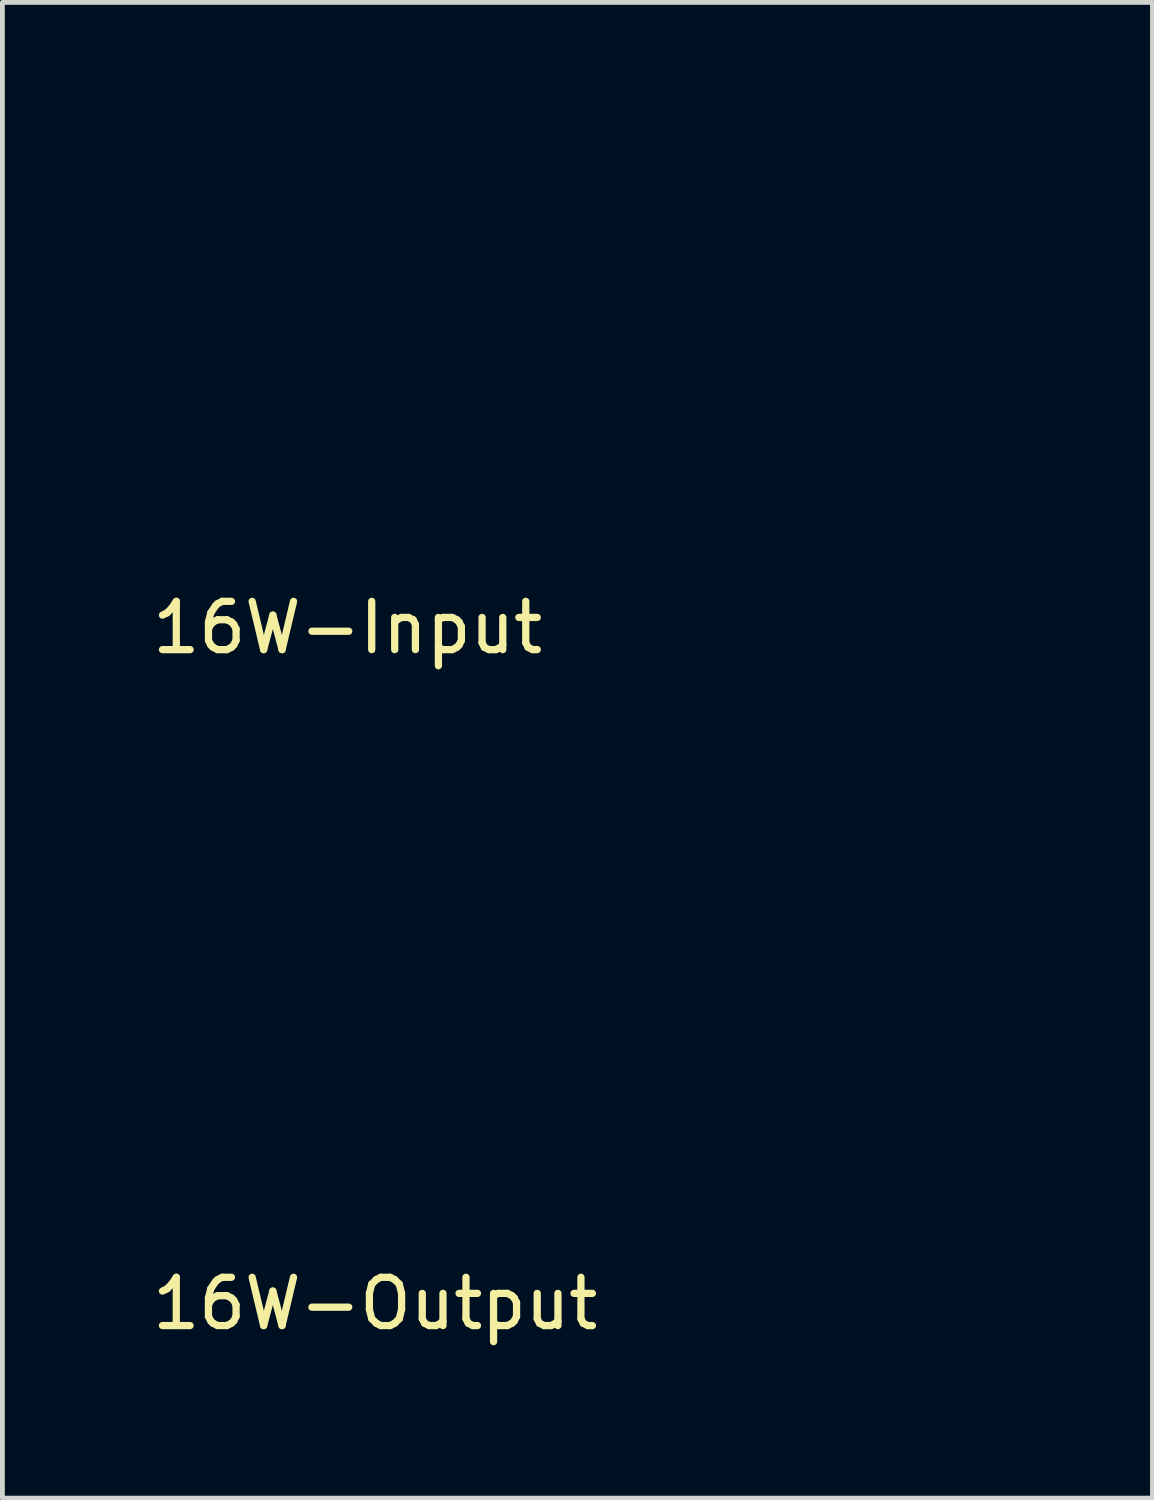
<source format=kicad_pcb>
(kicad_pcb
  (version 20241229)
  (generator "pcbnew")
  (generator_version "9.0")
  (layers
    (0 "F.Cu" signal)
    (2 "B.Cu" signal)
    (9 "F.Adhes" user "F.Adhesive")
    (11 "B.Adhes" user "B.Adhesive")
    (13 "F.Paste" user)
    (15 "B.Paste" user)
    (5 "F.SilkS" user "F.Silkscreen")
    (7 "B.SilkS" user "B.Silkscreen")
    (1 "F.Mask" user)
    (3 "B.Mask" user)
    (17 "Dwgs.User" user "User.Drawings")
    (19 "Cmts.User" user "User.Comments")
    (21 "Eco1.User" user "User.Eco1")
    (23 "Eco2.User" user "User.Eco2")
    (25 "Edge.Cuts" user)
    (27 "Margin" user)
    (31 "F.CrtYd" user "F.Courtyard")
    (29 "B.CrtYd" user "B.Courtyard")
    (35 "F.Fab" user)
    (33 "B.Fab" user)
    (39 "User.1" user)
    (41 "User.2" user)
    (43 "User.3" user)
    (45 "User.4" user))
  (footprint "16W-Input"
    (layer "F.Cu")
    (at 11.749 5.5)
    (property "Reference" "16W-Input" (at -7.6 4.45 0) (unlocked yes) (layer "F.SilkS") (effects (font (size 1 1) (thickness 0.15))))
    (fp_circle (center 0 0) (end 4 0) (stroke (width 0.5) (type default)) (fill no) (layer "F.Mask"))
    (fp_poly (pts (xy -4.32 0.01) (xy -5.5 0.8) (xy -5.5 -0.8)) (stroke (width 0) (type solid)) (fill yes) (layer "F.Mask"))
    (fp_poly (pts (xy -0.01 -4.32) (xy -0.8 -5.5) (xy 0.8 -5.5)) (stroke (width 0) (type solid)) (fill yes) (layer "F.Mask"))
    (fp_poly (pts (xy 0.01 4.32) (xy 0.8 5.5) (xy -0.8 5.5)) (stroke (width 0) (type solid)) (fill yes) (layer "F.Mask"))
    (fp_poly (pts (xy 4.32 -0.01) (xy 5.5 -0.8) (xy 5.5 0.8)) (stroke (width 0) (type solid)) (fill yes) (layer "F.Mask"))
    (fp_circle (center 0 0) (end 4 0) (stroke (width 0.5) (type default)) (fill no) (layer "B.Mask"))
    (fp_poly (pts (xy -4.32 0.01) (xy -5.5 0.8) (xy -5.5 -0.8)) (stroke (width 0) (type solid)) (fill yes) (layer "B.Mask"))
    (fp_poly (pts (xy -0.01 -4.32) (xy -0.8 -5.5) (xy 0.8 -5.5)) (stroke (width 0) (type solid)) (fill yes) (layer "B.Mask"))
    (fp_poly (pts (xy 0.01 4.32) (xy 0.8 5.5) (xy -0.8 5.5)) (stroke (width 0) (type solid)) (fill yes) (layer "B.Mask"))
    (fp_poly (pts (xy 4.32 -0.01) (xy 5.5 -0.8) (xy 5.5 0.8)) (stroke (width 0) (type solid)) (fill yes) (layer "B.Mask")))
  (footprint "16W-Output"
    (layer "F.Cu")
    (at 12.32 19.5)
    (property "Reference" "16W-Output" (at -7.6 4.45 0) (unlocked yes) (layer "F.SilkS") (effects (font (size 1 1) (thickness 0.15))))
    (fp_circle (center 0 0) (end 4 0) (stroke (width 0.5) (type default)) (fill no) (layer "F.Mask"))
    (fp_poly (pts (xy -5.48 -0.11) (xy -4.3 -0.9) (xy -4.3 0.7)) (stroke (width 0) (type solid)) (fill yes) (layer "F.Mask"))
    (fp_poly (pts (xy -0.11 5.48) (xy -0.9 4.3) (xy 0.7 4.3)) (stroke (width 0) (type solid)) (fill yes) (layer "F.Mask"))
    (fp_poly (pts (xy 0 -5.5) (xy 0.79 -4.32) (xy -0.81 -4.32)) (stroke (width 0) (type solid)) (fill yes) (layer "F.Mask"))
    (fp_poly (pts (xy 5.5 -0.01) (xy 4.32 0.78) (xy 4.32 -0.82)) (stroke (width 0) (type solid)) (fill yes) (layer "F.Mask"))
    (fp_circle (center 0 0) (end 4 0) (stroke (width 0.5) (type default)) (fill no) (layer "B.Mask"))
    (fp_poly (pts (xy -5.48 -0.11) (xy -4.3 -0.9) (xy -4.3 0.7)) (stroke (width 0) (type solid)) (fill yes) (layer "B.Mask"))
    (fp_poly (pts (xy -0.11 5.48) (xy -0.9 4.3) (xy 0.7 4.3)) (stroke (width 0) (type solid)) (fill yes) (layer "B.Mask"))
    (fp_poly (pts (xy 0 -5.5) (xy 0.79 -4.32) (xy -0.81 -4.32)) (stroke (width 0) (type solid)) (fill yes) (layer "B.Mask"))
    (fp_poly (pts (xy 5.5 -0.01) (xy 4.32 0.78) (xy 4.32 -0.82)) (stroke (width 0) (type solid)) (fill yes) (layer "B.Mask")))
  (gr_rect
    (start -3 -3)
    (end 20.82 27.98)
    (stroke (width 0.1) (type default))
    (fill no)
    (layer "Edge.Cuts")))
</source>
